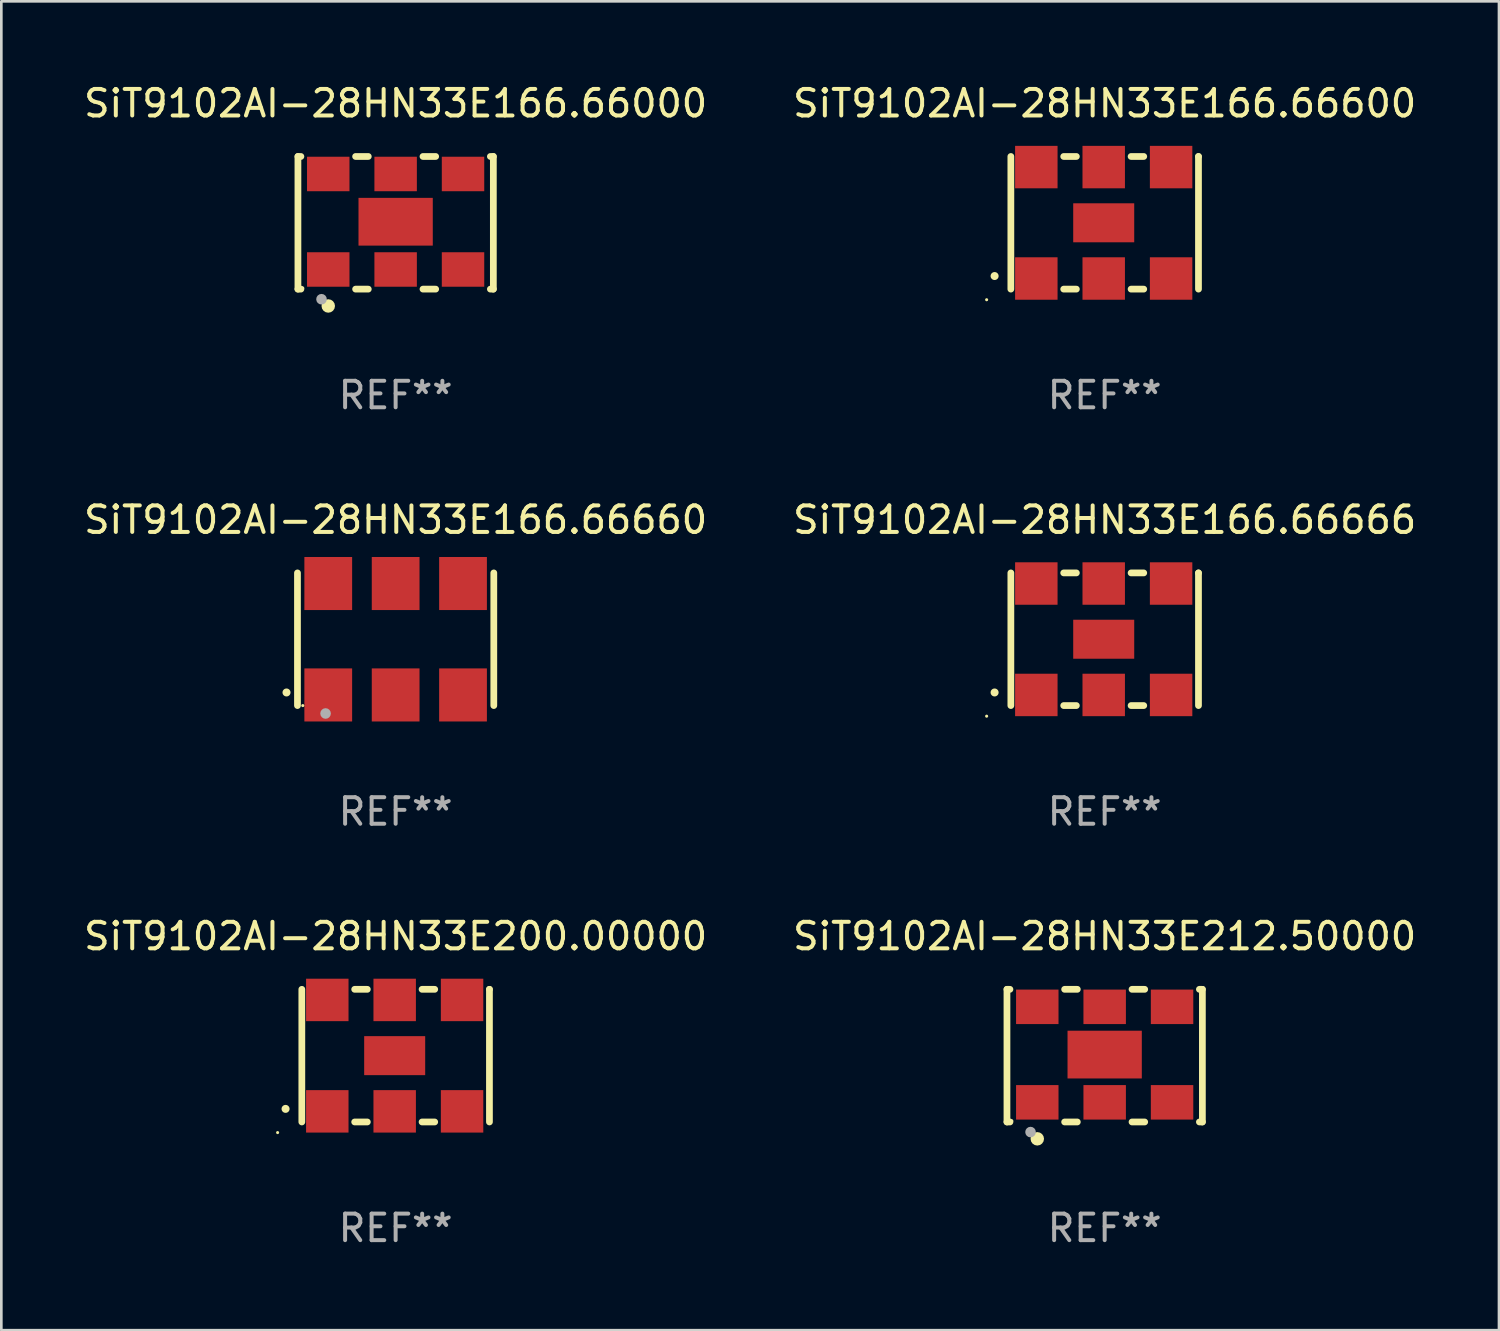
<source format=kicad_pcb>
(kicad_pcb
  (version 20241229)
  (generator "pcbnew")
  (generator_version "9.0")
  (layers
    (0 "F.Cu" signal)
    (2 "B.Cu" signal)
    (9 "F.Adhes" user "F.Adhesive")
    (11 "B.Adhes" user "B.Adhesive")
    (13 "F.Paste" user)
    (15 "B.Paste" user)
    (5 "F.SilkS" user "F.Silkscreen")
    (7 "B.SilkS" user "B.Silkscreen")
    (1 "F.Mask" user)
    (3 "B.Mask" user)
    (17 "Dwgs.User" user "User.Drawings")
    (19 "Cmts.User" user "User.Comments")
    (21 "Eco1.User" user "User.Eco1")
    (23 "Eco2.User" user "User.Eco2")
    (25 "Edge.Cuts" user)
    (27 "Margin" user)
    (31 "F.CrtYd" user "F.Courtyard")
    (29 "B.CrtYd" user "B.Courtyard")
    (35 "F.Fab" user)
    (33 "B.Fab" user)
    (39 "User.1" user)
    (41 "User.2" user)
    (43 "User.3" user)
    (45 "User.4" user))
  (footprint "SiT9102AI-28HN33E166.66000"
    (layer "F.Cu")
    (at 11.863 5.348)
    (property "Reference" "SiT9102AI-28HN33E166.66000" (at 0 -4.5 0) (layer "F.SilkS") (effects (font (size 1 1) (thickness 0.15))))
    (attr through_hole)
    (fp_line (start -3.683 -2.5) (end -3.571 -2.5) (stroke (width 0.254) (type solid)) (layer "F.SilkS"))
    (fp_line (start -3.683 2.5) (end -3.683 -2.5) (stroke (width 0.254) (type solid)) (layer "F.SilkS"))
    (fp_line (start -3.683 2.5) (end -3.571 2.5) (stroke (width 0.254) (type solid)) (layer "F.SilkS"))
    (fp_line (start -1.509 -2.5) (end -1.031 -2.5) (stroke (width 0.254) (type solid)) (layer "F.SilkS"))
    (fp_line (start -1.509 2.5) (end -1.031 2.5) (stroke (width 0.254) (type solid)) (layer "F.SilkS"))
    (fp_line (start 1.031 -2.5) (end 1.509 -2.5) (stroke (width 0.254) (type solid)) (layer "F.SilkS"))
    (fp_line (start 1.031 2.5) (end 1.509 2.5) (stroke (width 0.254) (type solid)) (layer "F.SilkS"))
    (fp_line (start 3.571 -2.5) (end 3.683 -2.5) (stroke (width 0.254) (type solid)) (layer "F.SilkS"))
    (fp_line (start 3.571 2.5) (end 3.683 2.5) (stroke (width 0.254) (type solid)) (layer "F.SilkS"))
    (fp_line (start 3.683 2.5) (end 3.683 -2.5) (stroke (width 0.254) (type solid)) (layer "F.SilkS"))
    (fp_circle (center -3.5 2.46) (end -3.47 2.46) (stroke (width 0.06) (type solid)) (fill no) (layer "F.SilkS"))
    (fp_circle (center -2.54 3.135) (end -2.413 3.135) (stroke (width 0.254) (type solid)) (fill no) (layer "F.SilkS"))
    (fp_circle (center -2.794 2.881) (end -2.694 2.881) (stroke (width 0.2) (type solid)) (fill no) (layer "F.Fab"))
    (fp_text user "REF**" (at 0 6.5 0) (layer "F.Fab") (effects (font (size 1 1) (thickness 0.15))))
    (pad "1" smd rect (at -2.54 1.76) (size 1.6 1.3) (layers "F.Cu" "F.Mask" "F.Paste"))
    (pad "2" smd rect (at 0 1.76) (size 1.6 1.3) (layers "F.Cu" "F.Mask" "F.Paste"))
    (pad "3" smd rect (at 2.54 1.76) (size 1.6 1.3) (layers "F.Cu" "F.Mask" "F.Paste"))
    (pad "4" smd rect (at 2.54 -1.84) (size 1.6 1.3) (layers "F.Cu" "F.Mask" "F.Paste"))
    (pad "5" smd rect (at 0 -1.84) (size 1.6 1.3) (layers "F.Cu" "F.Mask" "F.Paste"))
    (pad "6" smd rect (at -2.54 -1.84) (size 1.6 1.3) (layers "F.Cu" "F.Mask" "F.Paste"))
    (pad "7" smd rect (at 0 -0.04) (size 2.8 1.8) (layers "F.Cu" "F.Mask" "F.Paste")))
  (footprint "SiT9102AI-28HN33E212.50000"
    (layer "F.Cu")
    (at 38.589 36.741)
    (property "Reference" "SiT9102AI-28HN33E212.50000" (at 0 -4.5 0) (layer "F.SilkS") (effects (font (size 1 1) (thickness 0.15))))
    (attr through_hole)
    (fp_line (start -3.683 -2.5) (end -3.571 -2.5) (stroke (width 0.254) (type solid)) (layer "F.SilkS"))
    (fp_line (start -3.683 2.5) (end -3.683 -2.5) (stroke (width 0.254) (type solid)) (layer "F.SilkS"))
    (fp_line (start -3.683 2.5) (end -3.571 2.5) (stroke (width 0.254) (type solid)) (layer "F.SilkS"))
    (fp_line (start -1.509 -2.5) (end -1.031 -2.5) (stroke (width 0.254) (type solid)) (layer "F.SilkS"))
    (fp_line (start -1.509 2.5) (end -1.031 2.5) (stroke (width 0.254) (type solid)) (layer "F.SilkS"))
    (fp_line (start 1.031 -2.5) (end 1.509 -2.5) (stroke (width 0.254) (type solid)) (layer "F.SilkS"))
    (fp_line (start 1.031 2.5) (end 1.509 2.5) (stroke (width 0.254) (type solid)) (layer "F.SilkS"))
    (fp_line (start 3.571 -2.5) (end 3.683 -2.5) (stroke (width 0.254) (type solid)) (layer "F.SilkS"))
    (fp_line (start 3.571 2.5) (end 3.683 2.5) (stroke (width 0.254) (type solid)) (layer "F.SilkS"))
    (fp_line (start 3.683 2.5) (end 3.683 -2.5) (stroke (width 0.254) (type solid)) (layer "F.SilkS"))
    (fp_circle (center -3.5 2.46) (end -3.47 2.46) (stroke (width 0.06) (type solid)) (fill no) (layer "F.SilkS"))
    (fp_circle (center -2.54 3.135) (end -2.413 3.135) (stroke (width 0.254) (type solid)) (fill no) (layer "F.SilkS"))
    (fp_circle (center -2.794 2.881) (end -2.694 2.881) (stroke (width 0.2) (type solid)) (fill no) (layer "F.Fab"))
    (fp_text user "REF**" (at 0 6.5 0) (layer "F.Fab") (effects (font (size 1 1) (thickness 0.15))))
    (pad "1" smd rect (at -2.54 1.76) (size 1.6 1.3) (layers "F.Cu" "F.Mask" "F.Paste"))
    (pad "2" smd rect (at 0 1.76) (size 1.6 1.3) (layers "F.Cu" "F.Mask" "F.Paste"))
    (pad "3" smd rect (at 2.54 1.76) (size 1.6 1.3) (layers "F.Cu" "F.Mask" "F.Paste"))
    (pad "4" smd rect (at 2.54 -1.84) (size 1.6 1.3) (layers "F.Cu" "F.Mask" "F.Paste"))
    (pad "5" smd rect (at 0 -1.84) (size 1.6 1.3) (layers "F.Cu" "F.Mask" "F.Paste"))
    (pad "6" smd rect (at -2.54 -1.84) (size 1.6 1.3) (layers "F.Cu" "F.Mask" "F.Paste"))
    (pad "7" smd rect (at 0 -0.04) (size 2.8 1.8) (layers "F.Cu" "F.Mask" "F.Paste")))
  (footprint "SiT9102AI-28HN33E166.66660"
    (layer "F.Cu")
    (at 11.863 21.045)
    (property "Reference" "SiT9102AI-28HN33E166.66660" (at 0 -4.5 0) (layer "F.SilkS") (effects (font (size 1 1) (thickness 0.15))))
    (attr through_hole)
    (fp_line (start -3.7 -2.5) (end -3.7 2.5) (stroke (width 0.254) (type solid)) (layer "F.SilkS"))
    (fp_line (start 3.7 -2.5) (end 3.7 2.5) (stroke (width 0.254) (type solid)) (layer "F.SilkS"))
    (fp_arc (start -4.114415 2.006604) (mid -4.113145 2.006599) (end -4.111875 2.006604) (stroke (width 0.3) (type solid)) (layer "F.SilkS"))
    (fp_circle (center -3.5 2.501) (end -3.47 2.501) (stroke (width 0.06) (type solid)) (fill no) (layer "F.SilkS"))
    (fp_circle (center -2.641 2.799) (end -2.541 2.799) (stroke (width 0.2) (type solid)) (fill no) (layer "F.Fab"))
    (fp_text user "REF**" (at 0 6.5 0) (layer "F.Fab") (effects (font (size 1 1) (thickness 0.15))))
    (pad "1" smd rect (at -2.54 2.1) (size 1.8 2) (layers "F.Cu" "F.Mask" "F.Paste"))
    (pad "2" smd rect (at 0.000394 2.1) (size 1.8 2) (layers "F.Cu" "F.Mask" "F.Paste"))
    (pad "3" smd rect (at 2.54 2.1) (size 1.8 2) (layers "F.Cu" "F.Mask" "F.Paste"))
    (pad "4" smd rect (at 2.54 -2.1) (size 1.8 2) (layers "F.Cu" "F.Mask" "F.Paste"))
    (pad "5" smd rect (at 0.000394 -2.1) (size 1.8 2) (layers "F.Cu" "F.Mask" "F.Paste"))
    (pad "6" smd rect (at -2.54 -2.1) (size 1.8 2) (layers "F.Cu" "F.Mask" "F.Paste")))
  (footprint "SiT9102AI-28HN33E166.66666"
    (layer "F.Cu")
    (at 38.589 21.045)
    (property "Reference" "SiT9102AI-28HN33E166.66666" (at 0 -4.5 0) (layer "F.SilkS") (effects (font (size 1 1) (thickness 0.15))))
    (attr through_hole)
    (fp_line (start -3.536 -2.5) (end -3.536 2.5) (stroke (width 0.254) (type solid)) (layer "F.SilkS"))
    (fp_line (start -1.544 2.5) (end -1.067 2.5) (stroke (width 0.254) (type solid)) (layer "F.SilkS"))
    (fp_line (start -1.067 -2.5) (end -1.544 -2.5) (stroke (width 0.254) (type solid)) (layer "F.SilkS"))
    (fp_line (start 0.996 2.5) (end 1.473 2.5) (stroke (width 0.254) (type solid)) (layer "F.SilkS"))
    (fp_line (start 1.473 -2.5) (end 0.996 -2.5) (stroke (width 0.254) (type solid)) (layer "F.SilkS"))
    (fp_line (start 3.536 -2.5) (end 3.536 -2.5) (stroke (width 0.254) (type solid)) (layer "F.SilkS"))
    (fp_line (start 3.536 2.5) (end 3.536 -2.5) (stroke (width 0.254) (type solid)) (layer "F.SilkS"))
    (fp_arc (start -4.150432 2.006604) (mid -4.149162 2.006599) (end -4.147892 2.006604) (stroke (width 0.3) (type solid)) (layer "F.SilkS"))
    (fp_circle (center -4.449 2.9) (end -4.419 2.9) (stroke (width 0.06) (type solid)) (fill no) (layer "F.SilkS"))
    (fp_text user "REF**" (at 0 6.5 0) (layer "F.Fab") (effects (font (size 1 1) (thickness 0.15))))
    (pad "1" smd rect (at -2.576 2.1) (size 1.6 1.6) (layers "F.Cu" "F.Mask" "F.Paste"))
    (pad "2" smd rect (at -0.036 2.1) (size 1.6 1.6) (layers "F.Cu" "F.Mask" "F.Paste"))
    (pad "3" smd rect (at 2.504 2.1) (size 1.6 1.6) (layers "F.Cu" "F.Mask" "F.Paste"))
    (pad "4" smd rect (at 2.504 -2.1) (size 1.6 1.6) (layers "F.Cu" "F.Mask" "F.Paste"))
    (pad "5" smd rect (at -0.036 -2.1) (size 1.6 1.6) (layers "F.Cu" "F.Mask" "F.Paste"))
    (pad "6" smd rect (at -2.576 -2.1) (size 1.6 1.6) (layers "F.Cu" "F.Mask" "F.Paste"))
    (pad "7" smd rect (at -0.036 0) (size 2.3 1.47) (layers "F.Cu" "F.Mask" "F.Paste")))
  (footprint "SiT9102AI-28HN33E166.66600"
    (layer "F.Cu")
    (at 38.589 5.348)
    (property "Reference" "SiT9102AI-28HN33E166.66600" (at 0 -4.5 0) (layer "F.SilkS") (effects (font (size 1 1) (thickness 0.15))))
    (attr through_hole)
    (fp_line (start -3.536 -2.5) (end -3.536 2.5) (stroke (width 0.254) (type solid)) (layer "F.SilkS"))
    (fp_line (start -1.544 2.5) (end -1.067 2.5) (stroke (width 0.254) (type solid)) (layer "F.SilkS"))
    (fp_line (start -1.067 -2.5) (end -1.544 -2.5) (stroke (width 0.254) (type solid)) (layer "F.SilkS"))
    (fp_line (start 0.996 2.5) (end 1.473 2.5) (stroke (width 0.254) (type solid)) (layer "F.SilkS"))
    (fp_line (start 1.473 -2.5) (end 0.996 -2.5) (stroke (width 0.254) (type solid)) (layer "F.SilkS"))
    (fp_line (start 3.536 -2.5) (end 3.536 -2.5) (stroke (width 0.254) (type solid)) (layer "F.SilkS"))
    (fp_line (start 3.536 2.5) (end 3.536 -2.5) (stroke (width 0.254) (type solid)) (layer "F.SilkS"))
    (fp_arc (start -4.150432 2.006604) (mid -4.149162 2.006599) (end -4.147892 2.006604) (stroke (width 0.3) (type solid)) (layer "F.SilkS"))
    (fp_circle (center -4.449 2.9) (end -4.419 2.9) (stroke (width 0.06) (type solid)) (fill no) (layer "F.SilkS"))
    (fp_text user "REF**" (at 0 6.5 0) (layer "F.Fab") (effects (font (size 1 1) (thickness 0.15))))
    (pad "1" smd rect (at -2.576 2.1) (size 1.6 1.6) (layers "F.Cu" "F.Mask" "F.Paste"))
    (pad "2" smd rect (at -0.036 2.1) (size 1.6 1.6) (layers "F.Cu" "F.Mask" "F.Paste"))
    (pad "3" smd rect (at 2.504 2.1) (size 1.6 1.6) (layers "F.Cu" "F.Mask" "F.Paste"))
    (pad "4" smd rect (at 2.504 -2.1) (size 1.6 1.6) (layers "F.Cu" "F.Mask" "F.Paste"))
    (pad "5" smd rect (at -0.036 -2.1) (size 1.6 1.6) (layers "F.Cu" "F.Mask" "F.Paste"))
    (pad "6" smd rect (at -2.576 -2.1) (size 1.6 1.6) (layers "F.Cu" "F.Mask" "F.Paste"))
    (pad "7" smd rect (at -0.036 0) (size 2.3 1.47) (layers "F.Cu" "F.Mask" "F.Paste")))
  (footprint "SiT9102AI-28HN33E200.00000"
    (layer "F.Cu")
    (at 11.863 36.741)
    (property "Reference" "SiT9102AI-28HN33E200.00000" (at 0 -4.5 0) (layer "F.SilkS") (effects (font (size 1 1) (thickness 0.15))))
    (attr through_hole)
    (fp_line (start -3.536 -2.5) (end -3.536 2.5) (stroke (width 0.254) (type solid)) (layer "F.SilkS"))
    (fp_line (start -1.544 2.5) (end -1.067 2.5) (stroke (width 0.254) (type solid)) (layer "F.SilkS"))
    (fp_line (start -1.067 -2.5) (end -1.544 -2.5) (stroke (width 0.254) (type solid)) (layer "F.SilkS"))
    (fp_line (start 0.996 2.5) (end 1.473 2.5) (stroke (width 0.254) (type solid)) (layer "F.SilkS"))
    (fp_line (start 1.473 -2.5) (end 0.996 -2.5) (stroke (width 0.254) (type solid)) (layer "F.SilkS"))
    (fp_line (start 3.536 -2.5) (end 3.536 -2.5) (stroke (width 0.254) (type solid)) (layer "F.SilkS"))
    (fp_line (start 3.536 2.5) (end 3.536 -2.5) (stroke (width 0.254) (type solid)) (layer "F.SilkS"))
    (fp_arc (start -4.150432 2.006604) (mid -4.149162 2.006599) (end -4.147892 2.006604) (stroke (width 0.3) (type solid)) (layer "F.SilkS"))
    (fp_circle (center -4.449 2.9) (end -4.419 2.9) (stroke (width 0.06) (type solid)) (fill no) (layer "F.SilkS"))
    (fp_text user "REF**" (at 0 6.5 0) (layer "F.Fab") (effects (font (size 1 1) (thickness 0.15))))
    (pad "1" smd rect (at -2.576 2.1) (size 1.6 1.6) (layers "F.Cu" "F.Mask" "F.Paste"))
    (pad "2" smd rect (at -0.036 2.1) (size 1.6 1.6) (layers "F.Cu" "F.Mask" "F.Paste"))
    (pad "3" smd rect (at 2.504 2.1) (size 1.6 1.6) (layers "F.Cu" "F.Mask" "F.Paste"))
    (pad "4" smd rect (at 2.504 -2.1) (size 1.6 1.6) (layers "F.Cu" "F.Mask" "F.Paste"))
    (pad "5" smd rect (at -0.036 -2.1) (size 1.6 1.6) (layers "F.Cu" "F.Mask" "F.Paste"))
    (pad "6" smd rect (at -2.576 -2.1) (size 1.6 1.6) (layers "F.Cu" "F.Mask" "F.Paste"))
    (pad "7" smd rect (at -0.036 0) (size 2.3 1.47) (layers "F.Cu" "F.Mask" "F.Paste")))
  (gr_rect
    (start -3 -3)
    (end 53.452 47.09)
    (stroke (width 0.1) (type default))
    (fill no)
    (layer "Edge.Cuts")))
</source>
